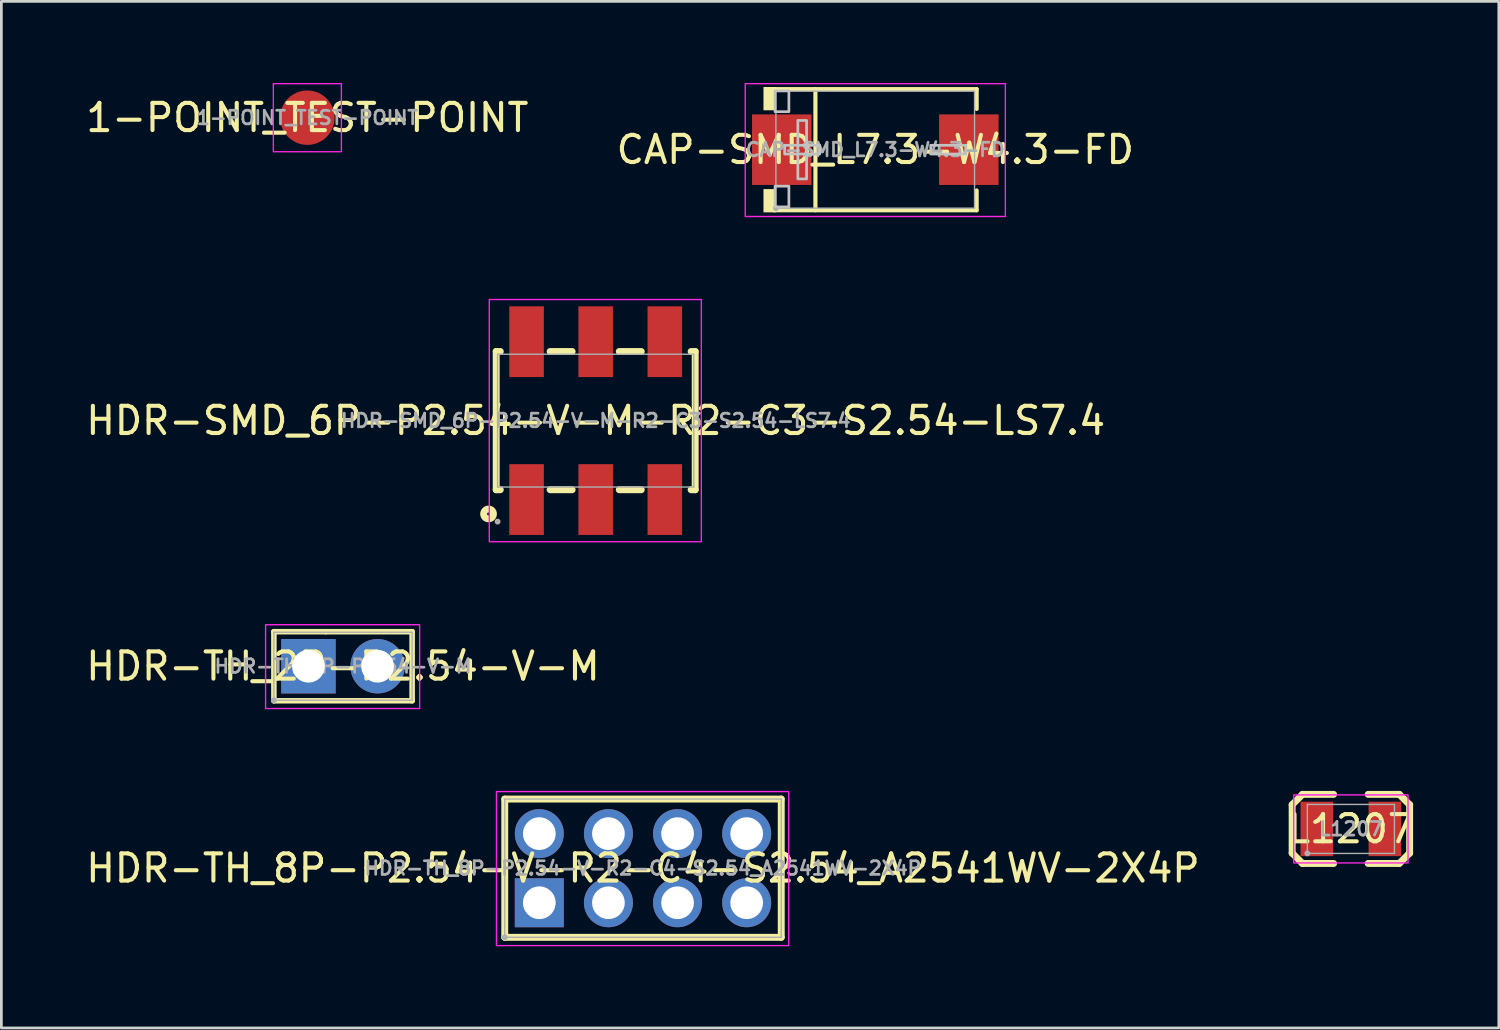
<source format=kicad_pcb>
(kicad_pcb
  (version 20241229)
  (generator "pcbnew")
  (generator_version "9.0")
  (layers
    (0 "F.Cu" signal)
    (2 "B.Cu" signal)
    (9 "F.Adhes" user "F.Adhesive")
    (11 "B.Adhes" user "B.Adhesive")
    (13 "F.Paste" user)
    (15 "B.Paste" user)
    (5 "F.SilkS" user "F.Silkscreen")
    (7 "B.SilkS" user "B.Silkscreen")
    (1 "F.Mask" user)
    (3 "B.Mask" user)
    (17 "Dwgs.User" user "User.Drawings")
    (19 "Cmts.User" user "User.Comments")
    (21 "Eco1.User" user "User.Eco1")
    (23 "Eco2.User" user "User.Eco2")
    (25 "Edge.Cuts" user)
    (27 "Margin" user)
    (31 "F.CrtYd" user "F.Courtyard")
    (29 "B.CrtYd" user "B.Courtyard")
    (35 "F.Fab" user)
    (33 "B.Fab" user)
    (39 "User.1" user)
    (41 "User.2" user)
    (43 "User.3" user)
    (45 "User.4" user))
  (footprint "1-POINT_TEST-POINT"
    (layer "F.Cu")
    (at 8.244 1.275)
    (property "Reference" "1-POINT_TEST-POINT" (at 0 0 0) (layer "F.SilkS") (effects (font (size 1 1) (thickness 0.15))))
    (fp_rect (start -1.25 -1.25) (end 1.25 1.25) (stroke (width 0.05) (type default)) (fill no) (layer "F.CrtYd"))
    (fp_text user "${REFERENCE}" (at 0 0 0) (layer "F.Fab") (effects (font (size 0.5 0.5) (thickness 0.1))))
    (pad "1" smd circle (at 0 0) (size 2 2) (layers "F.Cu" "F.Mask" "F.Paste")))
  (footprint "CAP-SMD_L7.3-W4.3-FD"
    (layer "F.Cu")
    (at 29.113 2.45)
    (property "Reference" "CAP-SMD_L7.3-W4.3-FD" (at 0 0 0) (layer "F.SilkS") (effects (font (size 1 1) (thickness 0.15))))
    (fp_line (start -3.729 -2.226) (end 3.724 -2.226) (stroke (width 0.152) (type default)) (layer "F.SilkS"))
    (fp_line (start -3.729 2.226) (end 3.724 2.226) (stroke (width 0.152) (type default)) (layer "F.SilkS"))
    (fp_line (start -2.2 -2.226) (end -2.2 2.226) (stroke (width 0.152) (type default)) (layer "F.SilkS"))
    (fp_line (start 3.724 -2.226) (end 3.724 -1.499) (stroke (width 0.152) (type default)) (layer "F.SilkS"))
    (fp_line (start 3.724 2.226) (end 3.724 1.499) (stroke (width 0.152) (type default)) (layer "F.SilkS"))
    (fp_poly (pts (xy -3.652 -2.303) (xy -3.652 -1.448) (xy -4.109 -1.448) (xy -4.109 -2.303)) (stroke (width 0) (type default)) (fill yes) (layer "F.SilkS"))
    (fp_poly (pts (xy -3.652 2.303) (xy -3.652 1.448) (xy -4.109 1.448) (xy -4.109 2.303)) (stroke (width 0) (type default)) (fill yes) (layer "F.SilkS"))
    (fp_poly (pts (xy -3.683 -2.159) (xy -3.175 -2.159) (xy -3.175 -1.397) (xy -3.683 -1.397)) (stroke (width 0.1) (type default)) (fill no) (layer "Dwgs.User"))
    (fp_poly (pts (xy -3.683 1.341) (xy -3.175 1.341) (xy -3.175 2.103) (xy -3.683 2.103)) (stroke (width 0.1) (type default)) (fill no) (layer "Dwgs.User"))
    (fp_poly (pts (xy -3.33 0.161) (xy -3.33 -0.161) (xy -2.04 -0.161) (xy -2.04 0.161)) (stroke (width 0.1) (type default)) (fill no) (layer "Dwgs.User"))
    (fp_poly (pts (xy -2.846 -1.075) (xy -2.846 1.075) (xy -2.524 1.075) (xy -2.524 -1.075)) (stroke (width 0.1) (type default)) (fill no) (layer "Dwgs.User"))
    (fp_poly (pts (xy 3.325 0.161) (xy 3.325 -0.161) (xy 2.035 -0.161) (xy 2.035 0.161)) (stroke (width 0.1) (type default)) (fill no) (layer "Dwgs.User"))
    (fp_rect (start -4.779 -2.425) (end 4.779 2.455) (stroke (width 0.05) (type default)) (fill no) (layer "F.CrtYd"))
    (fp_line (start -3.652 -2.15) (end 3.647 -2.15) (stroke (width 0.051) (type default)) (layer "F.Fab"))
    (fp_line (start -3.652 2.15) (end -3.652 -2.15) (stroke (width 0.051) (type default)) (layer "F.Fab"))
    (fp_line (start 3.647 -2.15) (end 3.647 2.15) (stroke (width 0.051) (type default)) (layer "F.Fab"))
    (fp_line (start 3.647 2.15) (end -3.652 2.15) (stroke (width 0.051) (type default)) (layer "F.Fab"))
    (fp_poly (pts (xy -3.597 2.127) (xy -3.63 2.095) (xy -3.675 2.095) (xy -3.708 2.127) (xy -3.708 2.173) (xy -3.675 2.205) (xy -3.63 2.205) (xy -3.597 2.173)) (stroke (width 0.1) (type default)) (fill no) (layer "F.Fab"))
    (fp_poly (pts (xy -2.353 1.2) (xy -2.353 -1.2) (xy -3.652 -1.2) (xy -3.652 1.2)) (stroke (width 0.1) (type default)) (fill no) (layer "User.1"))
    (fp_poly (pts (xy 2.348 1.2) (xy 2.348 -1.2) (xy 3.647 -1.2) (xy 3.647 1.2)) (stroke (width 0.1) (type default)) (fill no) (layer "User.1"))
    (fp_text user "${REFERENCE}" (at 0 0 0) (layer "F.Fab") (effects (font (size 0.5 0.5) (thickness 0.1))))
    (pad "1" smd rect (at -3.437 0 180) (size 2.185 2.592) (layers "F.Cu" "F.Mask" "F.Paste"))
    (pad "2" smd rect (at 3.437 0 180) (size 2.185 2.592) (layers "F.Cu" "F.Mask" "F.Paste")))
  (footprint "HDR-SMD_6P-P2.54-V-M-R2-C3-S2.54-LS7.4"
    (layer "F.Cu")
    (at 18.839 12.406)
    (property "Reference" "HDR-SMD_6P-P2.54-V-M-R2-C3-S2.54-LS7.4" (at 0 0 0) (layer "F.SilkS") (effects (font (size 1 1) (thickness 0.15))))
    (fp_line (start -3.656 -2.54) (end -3.656 2.54) (stroke (width 0.254) (type default)) (layer "F.SilkS"))
    (fp_line (start -3.656 2.54) (end -3.506 2.54) (stroke (width 0.254) (type default)) (layer "F.SilkS"))
    (fp_line (start -3.506 -2.54) (end -3.656 -2.54) (stroke (width 0.254) (type default)) (layer "F.SilkS"))
    (fp_line (start -1.674 2.54) (end -0.866 2.54) (stroke (width 0.254) (type default)) (layer "F.SilkS"))
    (fp_line (start -0.866 -2.54) (end -1.674 -2.54) (stroke (width 0.254) (type default)) (layer "F.SilkS"))
    (fp_line (start 0.866 2.54) (end 1.674 2.54) (stroke (width 0.254) (type default)) (layer "F.SilkS"))
    (fp_line (start 1.674 -2.54) (end 0.866 -2.54) (stroke (width 0.254) (type default)) (layer "F.SilkS"))
    (fp_line (start 3.506 2.54) (end 3.656 2.54) (stroke (width 0.254) (type default)) (layer "F.SilkS"))
    (fp_line (start 3.656 -2.54) (end 3.506 -2.54) (stroke (width 0.254) (type default)) (layer "F.SilkS"))
    (fp_line (start 3.656 2.54) (end 3.656 -2.54) (stroke (width 0.254) (type default)) (layer "F.SilkS"))
    (fp_circle (center -3.937 3.429) (end -3.757 3.429) (stroke (width 0.254) (type default)) (fill no) (layer "F.SilkS"))
    (fp_rect (start -3.91 -4.45) (end 3.881 4.45) (stroke (width 0.05) (type default)) (fill no) (layer "F.CrtYd"))
    (fp_line (start -3.605 -2.44) (end 3.605 -2.44) (stroke (width 0.051) (type default)) (layer "F.Fab"))
    (fp_line (start -3.605 2.44) (end -3.605 -2.44) (stroke (width 0.051) (type default)) (layer "F.Fab"))
    (fp_line (start 3.605 -2.44) (end 3.605 2.44) (stroke (width 0.051) (type default)) (layer "F.Fab"))
    (fp_line (start 3.605 2.44) (end -3.605 2.44) (stroke (width 0.051) (type default)) (layer "F.Fab"))
    (fp_poly (pts (xy -3.55 3.687) (xy -3.582 3.655) (xy -3.628 3.655) (xy -3.66 3.687) (xy -3.66 3.733) (xy -3.628 3.765) (xy -3.582 3.765) (xy -3.55 3.733)) (stroke (width 0.1) (type default)) (fill no) (layer "F.Fab"))
    (fp_poly (pts (xy -2.86 -3.71) (xy -2.22 -3.71) (xy -2.22 -2.11) (xy -2.86 -2.11)) (stroke (width 0.1) (type default)) (fill no) (layer "User.1"))
    (fp_poly (pts (xy -2.86 2.11) (xy -2.22 2.11) (xy -2.22 3.71) (xy -2.86 3.71)) (stroke (width 0.1) (type default)) (fill no) (layer "User.1"))
    (fp_poly (pts (xy -0.32 -3.71) (xy 0.32 -3.71) (xy 0.32 -2.11) (xy -0.32 -2.11)) (stroke (width 0.1) (type default)) (fill no) (layer "User.1"))
    (fp_poly (pts (xy -0.32 2.11) (xy 0.32 2.11) (xy 0.32 3.71) (xy -0.32 3.71)) (stroke (width 0.1) (type default)) (fill no) (layer "User.1"))
    (fp_poly (pts (xy 2.22 -3.71) (xy 2.86 -3.71) (xy 2.86 -2.11) (xy 2.22 -2.11)) (stroke (width 0.1) (type default)) (fill no) (layer "User.1"))
    (fp_poly (pts (xy 2.22 2.11) (xy 2.86 2.11) (xy 2.86 3.71) (xy 2.22 3.71)) (stroke (width 0.1) (type default)) (fill no) (layer "User.1"))
    (fp_text user "${REFERENCE}" (at 0 0 0) (layer "F.Fab") (effects (font (size 0.5 0.5) (thickness 0.1))))
    (pad "1" smd rect (at -2.54 2.9) (size 1.27 2.6) (layers "F.Cu" "F.Mask" "F.Paste"))
    (pad "2" smd rect (at -2.54 -2.9) (size 1.27 2.6) (layers "F.Cu" "F.Mask" "F.Paste"))
    (pad "3" smd rect (at 0 2.9) (size 1.27 2.6) (layers "F.Cu" "F.Mask" "F.Paste"))
    (pad "4" smd rect (at 0 -2.9) (size 1.27 2.6) (layers "F.Cu" "F.Mask" "F.Paste"))
    (pad "5" smd rect (at 2.54 2.9) (size 1.27 2.6) (layers "F.Cu" "F.Mask" "F.Paste"))
    (pad "6" smd rect (at 2.54 -2.9) (size 1.27 2.6) (layers "F.Cu" "F.Mask" "F.Paste")))
  (footprint "L1207"
    (layer "F.Cu")
    (at 46.589 27.409)
    (property "Reference" "L1207" (at 0 0 0) (layer "F.SilkS") (effects (font (size 1 1) (thickness 0.15))))
    (fp_line (start -2.159 -0.889) (end -2.159 0.889) (stroke (width 0.254) (type default)) (layer "F.SilkS"))
    (fp_line (start -2.159 0.889) (end -1.778 1.27) (stroke (width 0.254) (type default)) (layer "F.SilkS"))
    (fp_line (start -1.778 -1.27) (end -2.159 -0.889) (stroke (width 0.254) (type default)) (layer "F.SilkS"))
    (fp_line (start -1.778 1.27) (end -0.635 1.27) (stroke (width 0.254) (type default)) (layer "F.SilkS"))
    (fp_line (start -0.635 -1.27) (end -1.778 -1.27) (stroke (width 0.254) (type default)) (layer "F.SilkS"))
    (fp_line (start 0.635 1.27) (end 1.778 1.27) (stroke (width 0.254) (type default)) (layer "F.SilkS"))
    (fp_line (start 1.778 -1.27) (end 0.635 -1.27) (stroke (width 0.254) (type default)) (layer "F.SilkS"))
    (fp_line (start 1.778 1.27) (end 2.159 0.889) (stroke (width 0.254) (type default)) (layer "F.SilkS"))
    (fp_line (start 2.159 -0.889) (end 1.778 -1.27) (stroke (width 0.254) (type default)) (layer "F.SilkS"))
    (fp_line (start 2.159 0.889) (end 2.159 -0.889) (stroke (width 0.254) (type default)) (layer "F.SilkS"))
    (fp_rect (start -2.1 -1.25) (end 2.1 1.25) (stroke (width 0.05) (type default)) (fill no) (layer "F.CrtYd"))
    (fp_line (start -1.6 -0.9) (end 1.6 -0.9) (stroke (width 0.051) (type default)) (layer "F.Fab"))
    (fp_line (start -1.6 0.9) (end -1.6 -0.9) (stroke (width 0.051) (type default)) (layer "F.Fab"))
    (fp_line (start 1.6 -0.9) (end 1.6 0.9) (stroke (width 0.051) (type default)) (layer "F.Fab"))
    (fp_line (start 1.6 0.9) (end -1.6 0.9) (stroke (width 0.051) (type default)) (layer "F.Fab"))
    (fp_poly (pts (xy -1.545 0.877) (xy -1.577 0.845) (xy -1.623 0.845) (xy -1.655 0.877) (xy -1.655 0.923) (xy -1.623 0.955) (xy -1.577 0.955) (xy -1.545 0.923)) (stroke (width 0.1) (type default)) (fill no) (layer "F.Fab"))
    (fp_poly (pts (xy -1.55 -0.9) (xy -0.95 -0.9) (xy -0.95 0.9) (xy -1.55 0.9)) (stroke (width 0.1) (type default)) (fill no) (layer "User.1"))
    (fp_poly (pts (xy 0.95 -0.9) (xy 1.55 -0.9) (xy 1.55 0.9) (xy 0.95 0.9)) (stroke (width 0.1) (type default)) (fill no) (layer "User.1"))
    (fp_text user "${REFERENCE}" (at 0 0 0) (layer "F.Fab") (effects (font (size 0.5 0.5) (thickness 0.1))))
    (pad "1" smd rect (at -1.25 0) (size 1.2 2) (layers "F.Cu" "F.Mask" "F.Paste"))
    (pad "2" smd rect (at 1.25 0) (size 1.2 2) (layers "F.Cu" "F.Mask" "F.Paste")))
  (footprint "HDR-TH_8P-P2.54-V-R2-C4-S2.54_A2541WV-2X4P"
    (layer "F.Cu")
    (at 20.577 28.852)
    (property "Reference" "HDR-TH_8P-P2.54-V-R2-C4-S2.54_A2541WV-2X4P" (at 0 0 0) (layer "F.SilkS") (effects (font (size 1 1) (thickness 0.15))))
    (fp_line (start -5.08 -2.54) (end 5.08 -2.54) (stroke (width 0.254) (type default)) (layer "F.SilkS"))
    (fp_line (start -5.08 2.54) (end -5.08 -2.54) (stroke (width 0.254) (type default)) (layer "F.SilkS"))
    (fp_line (start 5.08 -2.54) (end 5.08 2.54) (stroke (width 0.254) (type default)) (layer "F.SilkS"))
    (fp_line (start 5.08 2.54) (end -5.08 2.54) (stroke (width 0.254) (type default)) (layer "F.SilkS"))
    (fp_rect (start -5.385 -2.816) (end 5.356 2.845) (stroke (width 0.05) (type default)) (fill no) (layer "F.CrtYd"))
    (fp_line (start -5.08 -2.54) (end 5.08 -2.54) (stroke (width 0.051) (type default)) (layer "F.Fab"))
    (fp_line (start -5.08 2.54) (end -5.08 -2.54) (stroke (width 0.051) (type default)) (layer "F.Fab"))
    (fp_line (start 5.08 -2.54) (end 5.08 2.54) (stroke (width 0.051) (type default)) (layer "F.Fab"))
    (fp_line (start 5.08 2.54) (end -5.08 2.54) (stroke (width 0.051) (type default)) (layer "F.Fab"))
    (fp_poly (pts (xy -5.025 2.517) (xy -5.057 2.485) (xy -5.103 2.485) (xy -5.135 2.517) (xy -5.135 2.563) (xy -5.103 2.595) (xy -5.057 2.595) (xy -5.025 2.563)) (stroke (width 0.1) (type default)) (fill no) (layer "F.Fab"))
    (fp_poly (pts (xy -4.13 -1.59) (xy -3.49 -1.59) (xy -3.49 -0.95) (xy -4.13 -0.95)) (stroke (width 0.1) (type default)) (fill no) (layer "User.1"))
    (fp_poly (pts (xy -4.13 0.95) (xy -3.49 0.95) (xy -3.49 1.59) (xy -4.13 1.59)) (stroke (width 0.1) (type default)) (fill no) (layer "User.1"))
    (fp_poly (pts (xy -1.59 -1.59) (xy -0.95 -1.59) (xy -0.95 -0.95) (xy -1.59 -0.95)) (stroke (width 0.1) (type default)) (fill no) (layer "User.1"))
    (fp_poly (pts (xy -1.59 0.95) (xy -0.95 0.95) (xy -0.95 1.59) (xy -1.59 1.59)) (stroke (width 0.1) (type default)) (fill no) (layer "User.1"))
    (fp_poly (pts (xy 0.95 -1.59) (xy 1.59 -1.59) (xy 1.59 -0.95) (xy 0.95 -0.95)) (stroke (width 0.1) (type default)) (fill no) (layer "User.1"))
    (fp_poly (pts (xy 0.95 0.95) (xy 1.59 0.95) (xy 1.59 1.59) (xy 0.95 1.59)) (stroke (width 0.1) (type default)) (fill no) (layer "User.1"))
    (fp_poly (pts (xy 3.49 -1.59) (xy 4.13 -1.59) (xy 4.13 -0.95) (xy 3.49 -0.95)) (stroke (width 0.1) (type default)) (fill no) (layer "User.1"))
    (fp_poly (pts (xy 3.49 0.95) (xy 4.13 0.95) (xy 4.13 1.59) (xy 3.49 1.59)) (stroke (width 0.1) (type default)) (fill no) (layer "User.1"))
    (fp_text user "${REFERENCE}" (at 0 0 0) (layer "F.Fab") (effects (font (size 0.5 0.5) (thickness 0.1))))
    (pad "1" thru_hole rect (at -3.81 1.27) (size 1.8 1.8) (drill 1.2) (layers "*.Cu" "*.Mask"))
    (pad "2" thru_hole circle (at -3.81 -1.27) (size 1.8 1.8) (drill 1.2) (layers "*.Cu" "*.Mask"))
    (pad "3" thru_hole circle (at -1.27 1.27) (size 1.8 1.8) (drill 1.2) (layers "*.Cu" "*.Mask"))
    (pad "4" thru_hole circle (at -1.27 -1.27) (size 1.8 1.8) (drill 1.2) (layers "*.Cu" "*.Mask"))
    (pad "5" thru_hole circle (at 1.27 1.27) (size 1.8 1.8) (drill 1.2) (layers "*.Cu" "*.Mask"))
    (pad "6" thru_hole circle (at 1.27 -1.27) (size 1.8 1.8) (drill 1.2) (layers "*.Cu" "*.Mask"))
    (pad "7" thru_hole circle (at 3.81 1.27) (size 1.8 1.8) (drill 1.2) (layers "*.Cu" "*.Mask"))
    (pad "8" thru_hole circle (at 3.81 -1.27) (size 1.8 1.8) (drill 1.2) (layers "*.Cu" "*.Mask")))
  (footprint "HDR-TH_2P-P2.54-V-M"
    (layer "F.Cu")
    (at 9.554 21.431)
    (property "Reference" "HDR-TH_2P-P2.54-V-M" (at 0 0 0) (layer "F.SilkS") (effects (font (size 1 1) (thickness 0.15))))
    (fp_line (start -2.54 -1.27) (end -0.635 -1.27) (stroke (width 0.203) (type default)) (layer "F.SilkS"))
    (fp_line (start -2.54 1.27) (end -2.54 -1.27) (stroke (width 0.203) (type default)) (layer "F.SilkS"))
    (fp_line (start 2.54 -1.27) (end -0.635 -1.27) (stroke (width 0.203) (type default)) (layer "F.SilkS"))
    (fp_line (start 2.54 -1.27) (end 2.54 1.27) (stroke (width 0.203) (type default)) (layer "F.SilkS"))
    (fp_line (start 2.54 1.27) (end -2.54 1.27) (stroke (width 0.203) (type default)) (layer "F.SilkS"))
    (fp_rect (start -2.845 -1.526) (end 2.816 1.555) (stroke (width 0.05) (type default)) (fill no) (layer "F.CrtYd"))
    (fp_line (start -2.54 -1.25) (end 2.54 -1.25) (stroke (width 0.051) (type default)) (layer "F.Fab"))
    (fp_line (start -2.54 1.25) (end -2.54 -1.25) (stroke (width 0.051) (type default)) (layer "F.Fab"))
    (fp_line (start 2.54 -1.25) (end 2.54 1.25) (stroke (width 0.051) (type default)) (layer "F.Fab"))
    (fp_line (start 2.54 1.25) (end -2.54 1.25) (stroke (width 0.051) (type default)) (layer "F.Fab"))
    (fp_poly (pts (xy -2.485 1.227) (xy -2.517 1.195) (xy -2.563 1.195) (xy -2.595 1.227) (xy -2.595 1.273) (xy -2.563 1.305) (xy -2.517 1.305) (xy -2.485 1.273)) (stroke (width 0.1) (type default)) (fill no) (layer "F.Fab"))
    (fp_poly (pts (xy -1.59 -0.32) (xy -0.95 -0.32) (xy -0.95 0.32) (xy -1.59 0.32)) (stroke (width 0.1) (type default)) (fill no) (layer "User.1"))
    (fp_poly (pts (xy 0.95 -0.32) (xy 1.59 -0.32) (xy 1.59 0.32) (xy 0.95 0.32)) (stroke (width 0.1) (type default)) (fill no) (layer "User.1"))
    (fp_text user "${REFERENCE}" (at 0 0 0) (layer "F.Fab") (effects (font (size 0.5 0.5) (thickness 0.1))))
    (pad "1" thru_hole rect (at -1.27 0) (size 2 2) (drill 1.2) (layers "*.Cu" "*.Mask"))
    (pad "2" thru_hole circle (at 1.27 0) (size 2 2) (drill 1.2) (layers "*.Cu" "*.Mask")))
  (gr_rect
    (start -3 -3)
    (end 52.024 34.723)
    (stroke (width 0.1) (type default))
    (fill no)
    (layer "Edge.Cuts")))
</source>
